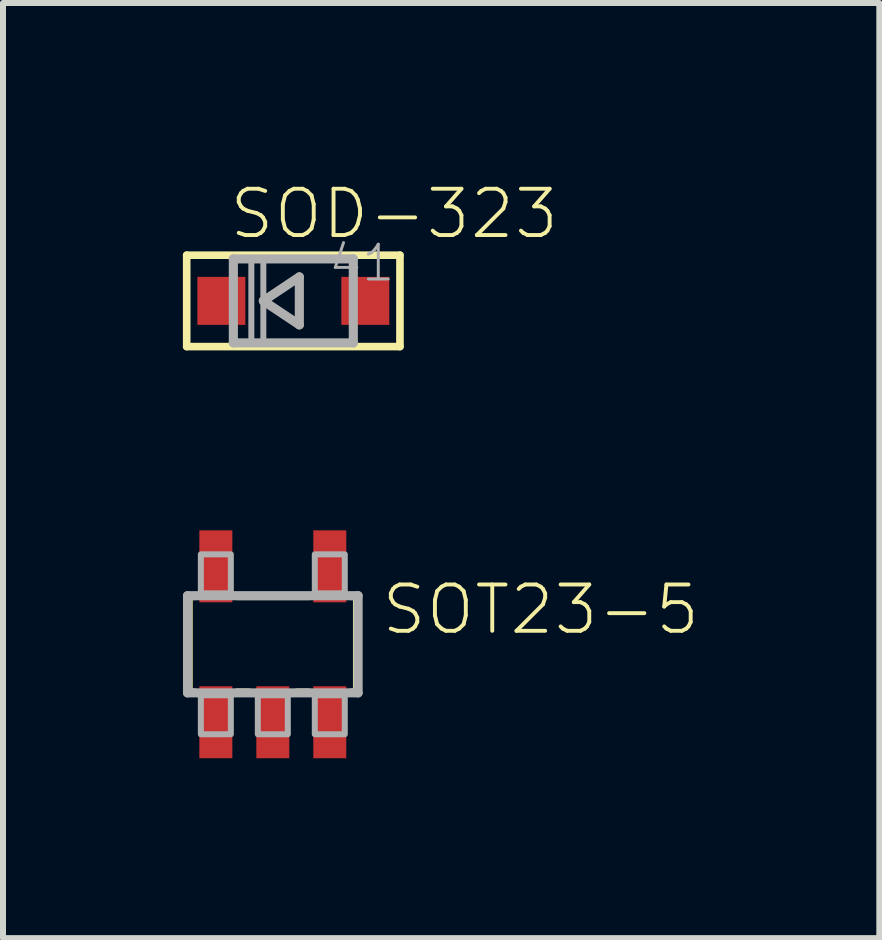
<source format=kicad_pcb>
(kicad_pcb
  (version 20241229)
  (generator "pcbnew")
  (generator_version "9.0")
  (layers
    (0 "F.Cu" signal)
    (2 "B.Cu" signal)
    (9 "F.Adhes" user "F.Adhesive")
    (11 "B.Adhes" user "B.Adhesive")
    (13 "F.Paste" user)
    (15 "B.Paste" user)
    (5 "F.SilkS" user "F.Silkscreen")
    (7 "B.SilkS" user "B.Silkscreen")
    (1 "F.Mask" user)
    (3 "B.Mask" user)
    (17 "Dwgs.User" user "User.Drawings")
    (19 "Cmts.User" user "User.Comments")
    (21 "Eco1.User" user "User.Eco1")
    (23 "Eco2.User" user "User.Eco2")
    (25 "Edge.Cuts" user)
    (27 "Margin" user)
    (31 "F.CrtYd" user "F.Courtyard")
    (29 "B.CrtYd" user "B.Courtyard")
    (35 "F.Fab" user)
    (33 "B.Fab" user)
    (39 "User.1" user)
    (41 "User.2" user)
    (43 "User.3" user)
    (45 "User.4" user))
  (footprint "SOD-323"
    (layer "F.Cu")
    (at 1.841 1.967)
    (property "Reference" "SOD-323" (at -1.1 -1 0) (layer "F.SilkS") (effects (font (size 0.772 0.772) (thickness 0.065)) (justify left bottom)))
    (attr through_hole)
    (fp_line (start -1.778 -0.762) (end 1.778 -0.762) (stroke (width 0.127) (type solid)) (layer "F.SilkS"))
    (fp_line (start -1.778 0.762) (end -1.778 -0.762) (stroke (width 0.127) (type solid)) (layer "F.SilkS"))
    (fp_line (start 1.778 -0.762) (end 1.778 0.762) (stroke (width 0.127) (type solid)) (layer "F.SilkS"))
    (fp_line (start 1.778 0.762) (end -1.778 0.762) (stroke (width 0.127) (type solid)) (layer "F.SilkS"))
    (fp_line (start -1 -0.7) (end 1 -0.7) (stroke (width 0.152) (type solid)) (layer "F.Fab"))
    (fp_line (start -1 0.7) (end -1 -0.7) (stroke (width 0.152) (type solid)) (layer "F.Fab"))
    (fp_line (start -0.5 0) (end 0.1 -0.4) (stroke (width 0.152) (type solid)) (layer "F.Fab"))
    (fp_line (start 0.1 -0.4) (end 0.1 0.4) (stroke (width 0.152) (type solid)) (layer "F.Fab"))
    (fp_line (start 0.1 0.4) (end -0.5 0) (stroke (width 0.152) (type solid)) (layer "F.Fab"))
    (fp_line (start 1 -0.7) (end 1 0.7) (stroke (width 0.152) (type solid)) (layer "F.Fab"))
    (fp_line (start 1 0.7) (end -1 0.7) (stroke (width 0.152) (type solid)) (layer "F.Fab"))
    (fp_poly (pts (xy -0.7 0.7) (xy -0.5 0.7) (xy -0.5 -0.7) (xy -0.7 -0.7)) (stroke (width 0.1) (type solid)) (fill no) (layer "F.Fab"))
    (fp_text user "41" (at 0.557 -0.292 180) (layer "F.Fab") (effects (font (size 0.579 0.579) (thickness 0.049)) (justify left bottom)))
    (pad "A" smd rect (at 1.2 0) (size 0.8 0.8) (layers "F.Cu" "F.Mask" "F.Paste"))
    (pad "C" smd rect (at -1.2 0) (size 0.8 0.8) (layers "F.Cu" "F.Mask" "F.Paste")))
  (footprint "SOT23-5"
    (layer "F.Cu")
    (at 1.499 7.693)
    (property "Reference" "SOT23-5" (at 1.778 -0.127 0) (layer "F.SilkS") (effects (font (size 0.772 0.772) (thickness 0.065)) (justify left bottom)))
    (attr through_hole)
    (fp_line (start -1.4 -0.8) (end -1.4 0.8) (stroke (width 0.127) (type solid)) (layer "F.SilkS"))
    (fp_line (start -1.4 0.8) (end -1.3 0.8) (stroke (width 0.127) (type solid)) (layer "F.SilkS"))
    (fp_line (start -1.3 -0.8) (end -1.4 -0.8) (stroke (width 0.127) (type solid)) (layer "F.SilkS"))
    (fp_line (start -0.6 -0.8) (end 0.6 -0.8) (stroke (width 0.127) (type solid)) (layer "F.SilkS"))
    (fp_line (start -0.6 0.8) (end -0.4 0.8) (stroke (width 0.127) (type solid)) (layer "F.SilkS"))
    (fp_line (start 0.4 0.8) (end 0.6 0.8) (stroke (width 0.127) (type solid)) (layer "F.SilkS"))
    (fp_line (start 1.3 -0.8) (end 1.4 -0.8) (stroke (width 0.127) (type solid)) (layer "F.SilkS"))
    (fp_line (start 1.4 -0.8) (end 1.4 0.8) (stroke (width 0.127) (type solid)) (layer "F.SilkS"))
    (fp_line (start 1.4 0.8) (end 1.3 0.8) (stroke (width 0.127) (type solid)) (layer "F.SilkS"))
    (fp_line (start -1.422 -0.81) (end 1.422 -0.81) (stroke (width 0.152) (type solid)) (layer "F.Fab"))
    (fp_line (start -1.422 0.81) (end -1.422 -0.81) (stroke (width 0.152) (type solid)) (layer "F.Fab"))
    (fp_line (start 1.422 -0.81) (end 1.422 0.81) (stroke (width 0.152) (type solid)) (layer "F.Fab"))
    (fp_line (start 1.422 0.81) (end -1.422 0.81) (stroke (width 0.152) (type solid)) (layer "F.Fab"))
    (fp_poly (pts (xy -1.2 -0.85) (xy -0.7 -0.85) (xy -0.7 -1.5) (xy -1.2 -1.5)) (stroke (width 0.1) (type solid)) (fill no) (layer "F.Fab"))
    (fp_poly (pts (xy -1.2 1.5) (xy -0.7 1.5) (xy -0.7 0.85) (xy -1.2 0.85)) (stroke (width 0.1) (type solid)) (fill no) (layer "F.Fab"))
    (fp_poly (pts (xy -0.25 1.5) (xy 0.25 1.5) (xy 0.25 0.85) (xy -0.25 0.85)) (stroke (width 0.1) (type solid)) (fill no) (layer "F.Fab"))
    (fp_poly (pts (xy 0.7 -0.85) (xy 1.2 -0.85) (xy 1.2 -1.5) (xy 0.7 -1.5)) (stroke (width 0.1) (type solid)) (fill no) (layer "F.Fab"))
    (fp_poly (pts (xy 0.7 1.5) (xy 1.2 1.5) (xy 1.2 0.85) (xy 0.7 0.85)) (stroke (width 0.1) (type solid)) (fill no) (layer "F.Fab"))
    (pad "1" smd rect (at -0.95 1.3) (size 0.55 1.2) (layers "F.Cu" "F.Mask" "F.Paste"))
    (pad "2" smd rect (at 0 1.3) (size 0.55 1.2) (layers "F.Cu" "F.Mask" "F.Paste"))
    (pad "3" smd rect (at 0.95 1.3) (size 0.55 1.2) (layers "F.Cu" "F.Mask" "F.Paste"))
    (pad "4" smd rect (at 0.95 -1.3) (size 0.55 1.2) (layers "F.Cu" "F.Mask" "F.Paste"))
    (pad "5" smd rect (at -0.95 -1.3) (size 0.55 1.2) (layers "F.Cu" "F.Mask" "F.Paste")))
  (gr_rect
    (start -3 -3)
    (end 11.612 12.593)
    (stroke (width 0.1) (type default))
    (fill no)
    (layer "Edge.Cuts")))
</source>
